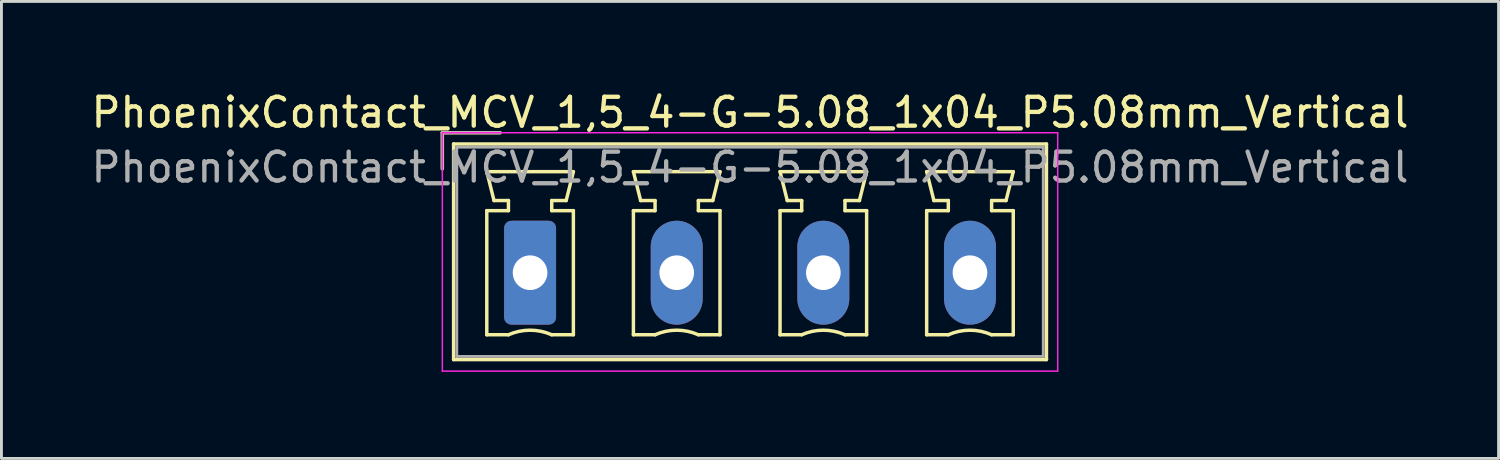
<source format=kicad_pcb>
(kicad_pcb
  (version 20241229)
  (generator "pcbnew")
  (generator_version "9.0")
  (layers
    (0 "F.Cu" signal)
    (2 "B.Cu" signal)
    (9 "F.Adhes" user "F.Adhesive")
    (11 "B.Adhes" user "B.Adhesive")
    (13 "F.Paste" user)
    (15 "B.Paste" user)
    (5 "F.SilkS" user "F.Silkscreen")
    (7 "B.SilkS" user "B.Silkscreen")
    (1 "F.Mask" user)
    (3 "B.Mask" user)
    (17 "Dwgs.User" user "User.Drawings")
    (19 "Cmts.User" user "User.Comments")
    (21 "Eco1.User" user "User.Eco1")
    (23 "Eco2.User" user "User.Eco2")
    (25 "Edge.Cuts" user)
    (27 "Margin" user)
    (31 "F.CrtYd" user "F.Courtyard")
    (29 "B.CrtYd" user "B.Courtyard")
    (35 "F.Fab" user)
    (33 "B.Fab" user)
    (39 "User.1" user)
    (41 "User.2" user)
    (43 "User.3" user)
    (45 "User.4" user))
  (footprint "PhoenixContact_MCV_1,5_4-G-5.08_1x04_P5.08mm_Vertical"
    (layer "F.Cu")
    (at 15.315 6.398)
    (property "Reference" "PhoenixContact_MCV_1,5_4-G-5.08_1x04_P5.08mm_Vertical" (at 7.62 -5.55 0) (layer "F.SilkS") (effects (font (size 1 1) (thickness 0.15))))
    (attr through_hole)
    (fp_line (start -3.04 -4.85) (end -1.04 -4.85) (stroke (width 0.12) (type solid)) (layer "F.SilkS"))
    (fp_line (start -3.04 -3.6) (end -3.04 -4.85) (stroke (width 0.12) (type solid)) (layer "F.SilkS"))
    (fp_line (start -2.65 -4.46) (end -2.65 3.01) (stroke (width 0.12) (type solid)) (layer "F.SilkS"))
    (fp_line (start -2.65 3.01) (end 17.89 3.01) (stroke (width 0.12) (type solid)) (layer "F.SilkS"))
    (fp_line (start -1.5 -3.5) (end 1.5 -3.5) (stroke (width 0.12) (type solid)) (layer "F.SilkS"))
    (fp_line (start -1.5 -2.15) (end -0.75 -2.15) (stroke (width 0.12) (type solid)) (layer "F.SilkS"))
    (fp_line (start -1.5 2.15) (end -1.5 -2.15) (stroke (width 0.12) (type solid)) (layer "F.SilkS"))
    (fp_line (start -1.25 -2.5) (end -1.5 -3.5) (stroke (width 0.12) (type solid)) (layer "F.SilkS"))
    (fp_line (start -0.75 -2.5) (end -1.25 -2.5) (stroke (width 0.12) (type solid)) (layer "F.SilkS"))
    (fp_line (start -0.75 -2.15) (end -0.75 -2.5) (stroke (width 0.12) (type solid)) (layer "F.SilkS"))
    (fp_line (start -0.75 2.15) (end -1.5 2.15) (stroke (width 0.12) (type solid)) (layer "F.SilkS"))
    (fp_line (start 0.75 -2.5) (end 0.75 -2.15) (stroke (width 0.12) (type solid)) (layer "F.SilkS"))
    (fp_line (start 0.75 -2.15) (end 1.5 -2.15) (stroke (width 0.12) (type solid)) (layer "F.SilkS"))
    (fp_line (start 1.25 -2.5) (end 0.75 -2.5) (stroke (width 0.12) (type solid)) (layer "F.SilkS"))
    (fp_line (start 1.5 -3.5) (end 1.25 -2.5) (stroke (width 0.12) (type solid)) (layer "F.SilkS"))
    (fp_line (start 1.5 -2.15) (end 1.5 2.15) (stroke (width 0.12) (type solid)) (layer "F.SilkS"))
    (fp_line (start 1.5 2.15) (end 0.75 2.15) (stroke (width 0.12) (type solid)) (layer "F.SilkS"))
    (fp_line (start 3.58 -3.5) (end 6.58 -3.5) (stroke (width 0.12) (type solid)) (layer "F.SilkS"))
    (fp_line (start 3.58 -2.15) (end 4.33 -2.15) (stroke (width 0.12) (type solid)) (layer "F.SilkS"))
    (fp_line (start 3.58 2.15) (end 3.58 -2.15) (stroke (width 0.12) (type solid)) (layer "F.SilkS"))
    (fp_line (start 3.83 -2.5) (end 3.58 -3.5) (stroke (width 0.12) (type solid)) (layer "F.SilkS"))
    (fp_line (start 4.33 -2.5) (end 3.83 -2.5) (stroke (width 0.12) (type solid)) (layer "F.SilkS"))
    (fp_line (start 4.33 -2.15) (end 4.33 -2.5) (stroke (width 0.12) (type solid)) (layer "F.SilkS"))
    (fp_line (start 4.33 2.15) (end 3.58 2.15) (stroke (width 0.12) (type solid)) (layer "F.SilkS"))
    (fp_line (start 5.83 -2.5) (end 5.83 -2.15) (stroke (width 0.12) (type solid)) (layer "F.SilkS"))
    (fp_line (start 5.83 -2.15) (end 6.58 -2.15) (stroke (width 0.12) (type solid)) (layer "F.SilkS"))
    (fp_line (start 6.33 -2.5) (end 5.83 -2.5) (stroke (width 0.12) (type solid)) (layer "F.SilkS"))
    (fp_line (start 6.58 -3.5) (end 6.33 -2.5) (stroke (width 0.12) (type solid)) (layer "F.SilkS"))
    (fp_line (start 6.58 -2.15) (end 6.58 2.15) (stroke (width 0.12) (type solid)) (layer "F.SilkS"))
    (fp_line (start 6.58 2.15) (end 5.83 2.15) (stroke (width 0.12) (type solid)) (layer "F.SilkS"))
    (fp_line (start 8.66 -3.5) (end 11.66 -3.5) (stroke (width 0.12) (type solid)) (layer "F.SilkS"))
    (fp_line (start 8.66 -2.15) (end 9.41 -2.15) (stroke (width 0.12) (type solid)) (layer "F.SilkS"))
    (fp_line (start 8.66 2.15) (end 8.66 -2.15) (stroke (width 0.12) (type solid)) (layer "F.SilkS"))
    (fp_line (start 8.91 -2.5) (end 8.66 -3.5) (stroke (width 0.12) (type solid)) (layer "F.SilkS"))
    (fp_line (start 9.41 -2.5) (end 8.91 -2.5) (stroke (width 0.12) (type solid)) (layer "F.SilkS"))
    (fp_line (start 9.41 -2.15) (end 9.41 -2.5) (stroke (width 0.12) (type solid)) (layer "F.SilkS"))
    (fp_line (start 9.41 2.15) (end 8.66 2.15) (stroke (width 0.12) (type solid)) (layer "F.SilkS"))
    (fp_line (start 10.91 -2.5) (end 10.91 -2.15) (stroke (width 0.12) (type solid)) (layer "F.SilkS"))
    (fp_line (start 10.91 -2.15) (end 11.66 -2.15) (stroke (width 0.12) (type solid)) (layer "F.SilkS"))
    (fp_line (start 11.41 -2.5) (end 10.91 -2.5) (stroke (width 0.12) (type solid)) (layer "F.SilkS"))
    (fp_line (start 11.66 -3.5) (end 11.41 -2.5) (stroke (width 0.12) (type solid)) (layer "F.SilkS"))
    (fp_line (start 11.66 -2.15) (end 11.66 2.15) (stroke (width 0.12) (type solid)) (layer "F.SilkS"))
    (fp_line (start 11.66 2.15) (end 10.91 2.15) (stroke (width 0.12) (type solid)) (layer "F.SilkS"))
    (fp_line (start 13.74 -3.5) (end 16.74 -3.5) (stroke (width 0.12) (type solid)) (layer "F.SilkS"))
    (fp_line (start 13.74 -2.15) (end 14.49 -2.15) (stroke (width 0.12) (type solid)) (layer "F.SilkS"))
    (fp_line (start 13.74 2.15) (end 13.74 -2.15) (stroke (width 0.12) (type solid)) (layer "F.SilkS"))
    (fp_line (start 13.99 -2.5) (end 13.74 -3.5) (stroke (width 0.12) (type solid)) (layer "F.SilkS"))
    (fp_line (start 14.49 -2.5) (end 13.99 -2.5) (stroke (width 0.12) (type solid)) (layer "F.SilkS"))
    (fp_line (start 14.49 -2.15) (end 14.49 -2.5) (stroke (width 0.12) (type solid)) (layer "F.SilkS"))
    (fp_line (start 14.49 2.15) (end 13.74 2.15) (stroke (width 0.12) (type solid)) (layer "F.SilkS"))
    (fp_line (start 15.99 -2.5) (end 15.99 -2.15) (stroke (width 0.12) (type solid)) (layer "F.SilkS"))
    (fp_line (start 15.99 -2.15) (end 16.74 -2.15) (stroke (width 0.12) (type solid)) (layer "F.SilkS"))
    (fp_line (start 16.49 -2.5) (end 15.99 -2.5) (stroke (width 0.12) (type solid)) (layer "F.SilkS"))
    (fp_line (start 16.74 -3.5) (end 16.49 -2.5) (stroke (width 0.12) (type solid)) (layer "F.SilkS"))
    (fp_line (start 16.74 -2.15) (end 16.74 2.15) (stroke (width 0.12) (type solid)) (layer "F.SilkS"))
    (fp_line (start 16.74 2.15) (end 15.99 2.15) (stroke (width 0.12) (type solid)) (layer "F.SilkS"))
    (fp_line (start 17.89 -4.46) (end -2.65 -4.46) (stroke (width 0.12) (type solid)) (layer "F.SilkS"))
    (fp_line (start 17.89 3.01) (end 17.89 -4.46) (stroke (width 0.12) (type solid)) (layer "F.SilkS"))
    (fp_arc (start -0.75 2.15) (mid -0.000193 1.99191) (end 0.749647 2.149844) (stroke (width 0.12) (type solid)) (layer "F.SilkS"))
    (fp_arc (start 4.33 2.15) (mid 5.079807 1.99191) (end 5.829647 2.149844) (stroke (width 0.12) (type solid)) (layer "F.SilkS"))
    (fp_arc (start 9.41 2.15) (mid 10.159807 1.99191) (end 10.909647 2.149844) (stroke (width 0.12) (type solid)) (layer "F.SilkS"))
    (fp_arc (start 14.49 2.15) (mid 15.239807 1.99191) (end 15.989647 2.149844) (stroke (width 0.12) (type solid)) (layer "F.SilkS"))
    (fp_line (start -3.04 -4.85) (end -3.04 3.41) (stroke (width 0.05) (type solid)) (layer "F.CrtYd"))
    (fp_line (start -3.04 3.41) (end 18.28 3.41) (stroke (width 0.05) (type solid)) (layer "F.CrtYd"))
    (fp_line (start 18.28 -4.85) (end -3.04 -4.85) (stroke (width 0.05) (type solid)) (layer "F.CrtYd"))
    (fp_line (start 18.28 3.41) (end 18.28 -4.85) (stroke (width 0.05) (type solid)) (layer "F.CrtYd"))
    (fp_line (start -3.04 -4.85) (end -1.04 -4.85) (stroke (width 0.1) (type solid)) (layer "F.Fab"))
    (fp_line (start -3.04 -3.6) (end -3.04 -4.85) (stroke (width 0.1) (type solid)) (layer "F.Fab"))
    (fp_line (start -2.54 -4.35) (end -2.54 2.9) (stroke (width 0.1) (type solid)) (layer "F.Fab"))
    (fp_line (start -2.54 2.9) (end 17.78 2.9) (stroke (width 0.1) (type solid)) (layer "F.Fab"))
    (fp_line (start 17.78 -4.35) (end -2.54 -4.35) (stroke (width 0.1) (type solid)) (layer "F.Fab"))
    (fp_line (start 17.78 2.9) (end 17.78 -4.35) (stroke (width 0.1) (type solid)) (layer "F.Fab"))
    (fp_text user "${REFERENCE}" (at 7.62 -3.65 0) (layer "F.Fab") (effects (font (size 1 1) (thickness 0.15))))
    (pad "1" thru_hole roundrect (at 0 0) (size 1.8 3.6) (drill 1.2) (layers "*.Cu" "*.Mask") (roundrect_rratio 0.139))
    (pad "2" thru_hole oval (at 5.08 0) (size 1.8 3.6) (drill 1.2) (layers "*.Cu" "*.Mask"))
    (pad "3" thru_hole oval (at 10.16 0) (size 1.8 3.6) (drill 1.2) (layers "*.Cu" "*.Mask"))
    (pad "4" thru_hole oval (at 15.24 0) (size 1.8 3.6) (drill 1.2) (layers "*.Cu" "*.Mask")))
  (gr_rect
    (start -3 -3)
    (end 48.869 12.833)
    (stroke (width 0.1) (type default))
    (fill no)
    (layer "Edge.Cuts")))
</source>
